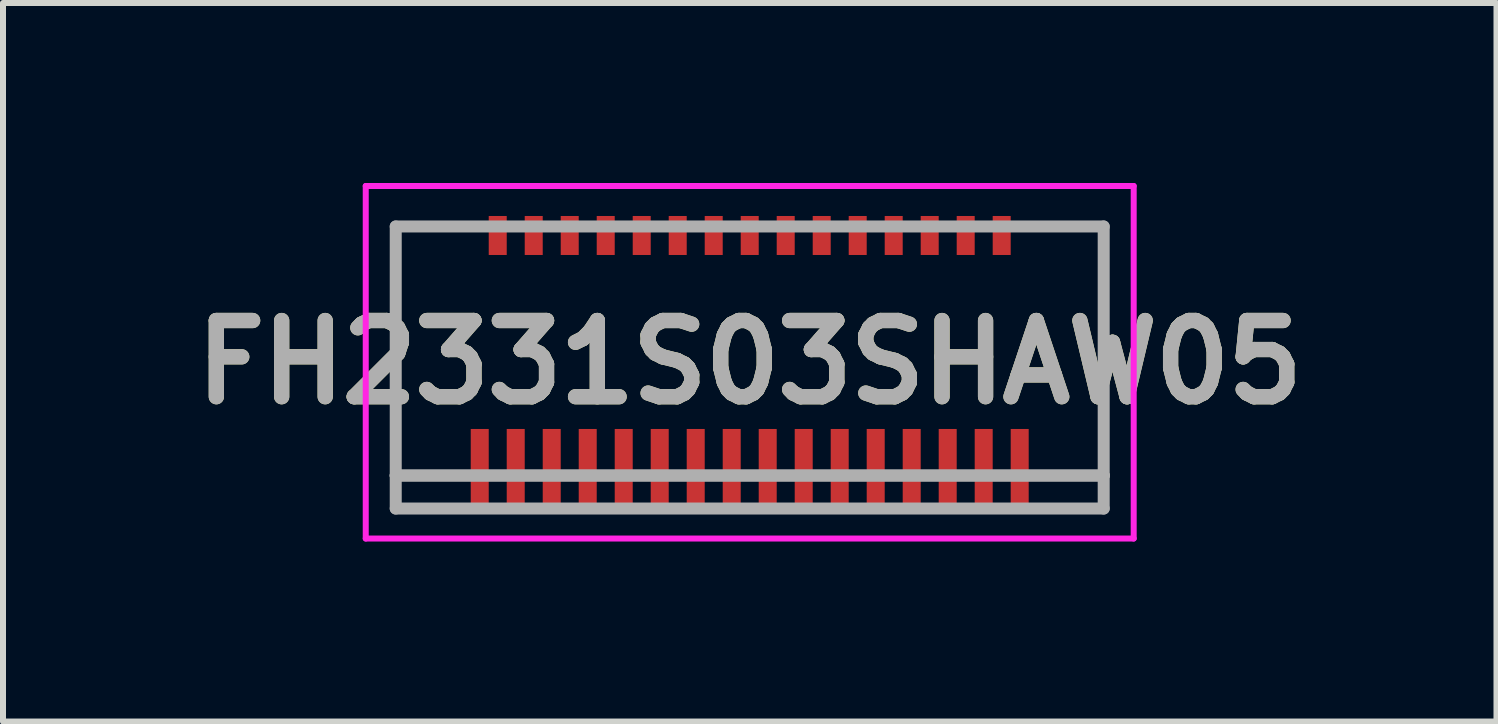
<source format=kicad_pcb>
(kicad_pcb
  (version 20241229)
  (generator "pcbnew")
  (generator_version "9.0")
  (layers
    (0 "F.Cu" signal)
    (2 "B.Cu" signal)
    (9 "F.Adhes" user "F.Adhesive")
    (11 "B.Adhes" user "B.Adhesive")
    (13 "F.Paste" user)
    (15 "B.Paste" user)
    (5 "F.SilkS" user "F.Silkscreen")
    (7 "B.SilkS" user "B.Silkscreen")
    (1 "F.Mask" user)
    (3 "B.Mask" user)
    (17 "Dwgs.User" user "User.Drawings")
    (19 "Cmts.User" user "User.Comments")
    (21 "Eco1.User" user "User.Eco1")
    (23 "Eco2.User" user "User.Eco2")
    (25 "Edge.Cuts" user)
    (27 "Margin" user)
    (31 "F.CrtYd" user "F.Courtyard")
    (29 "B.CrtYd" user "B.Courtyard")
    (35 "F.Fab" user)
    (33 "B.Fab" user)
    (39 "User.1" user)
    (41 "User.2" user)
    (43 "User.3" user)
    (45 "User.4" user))
  (footprint "FH2331S03SHAW05"
    (layer "F.Cu")
    (at 9.446 2.988)
    (property "Reference" "FH2331S03SHAW05" (at 0 0 0) (layer "F.SilkS") (effects (font (size 1.27 1.27) (thickness 0.254))))
    (attr smd)
    (fp_line (start -5.9 -2.263) (end -5.9 1.888) (stroke (width 0.1) (type solid)) (layer "F.SilkS"))
    (fp_line (start -5.9 1.888) (end -5 1.888) (stroke (width 0.1) (type solid)) (layer "F.SilkS"))
    (fp_line (start -5 -2.263) (end -5.9 -2.263) (stroke (width 0.1) (type solid)) (layer "F.SilkS"))
    (fp_line (start 5 -2.263) (end 5.9 -2.263) (stroke (width 0.1) (type solid)) (layer "F.SilkS"))
    (fp_line (start 5.9 -2.263) (end 5.9 1.888) (stroke (width 0.1) (type solid)) (layer "F.SilkS"))
    (fp_line (start 5.9 1.888) (end 5 1.888) (stroke (width 0.1) (type solid)) (layer "F.SilkS"))
    (fp_line (start -6.4 -2.938) (end 6.4 -2.938) (stroke (width 0.1) (type solid)) (layer "F.CrtYd"))
    (fp_line (start -6.4 2.938) (end -6.4 -2.938) (stroke (width 0.1) (type solid)) (layer "F.CrtYd"))
    (fp_line (start 6.4 -2.938) (end 6.4 2.938) (stroke (width 0.1) (type solid)) (layer "F.CrtYd"))
    (fp_line (start 6.4 2.938) (end -6.4 2.938) (stroke (width 0.1) (type solid)) (layer "F.CrtYd"))
    (fp_line (start -5.9 -2.263) (end 5.9 -2.263) (stroke (width 0.2) (type solid)) (layer "F.Fab"))
    (fp_line (start -5.9 1.888) (end -5.9 -2.263) (stroke (width 0.2) (type solid)) (layer "F.Fab"))
    (fp_line (start -5.9 1.888) (end 5.9 1.888) (stroke (width 0.2) (type solid)) (layer "F.Fab"))
    (fp_line (start -5.9 2.438) (end -5.9 1.888) (stroke (width 0.2) (type solid)) (layer "F.Fab"))
    (fp_line (start 5.9 -2.263) (end 5.9 1.888) (stroke (width 0.2) (type solid)) (layer "F.Fab"))
    (fp_line (start 5.9 1.888) (end -5.9 1.888) (stroke (width 0.2) (type solid)) (layer "F.Fab"))
    (fp_line (start 5.9 1.888) (end 5.9 2.438) (stroke (width 0.2) (type solid)) (layer "F.Fab"))
    (fp_line (start 5.9 2.438) (end -5.9 2.438) (stroke (width 0.2) (type solid)) (layer "F.Fab"))
    (fp_text user "${REFERENCE}" (at 0 0 0) (layer "F.Fab") (effects (font (size 1.27 1.27) (thickness 0.254))))
    (pad "1" smd rect (at -4.5 1.737) (size 0.3 1.25) (layers "F.Cu" "F.Mask" "F.Paste"))
    (pad "2" smd rect (at -4.2 -2.113) (size 0.3 0.65) (layers "F.Cu" "F.Mask" "F.Paste"))
    (pad "3" smd rect (at -3.9 1.737) (size 0.3 1.25) (layers "F.Cu" "F.Mask" "F.Paste"))
    (pad "4" smd rect (at -3.6 -2.113) (size 0.3 0.65) (layers "F.Cu" "F.Mask" "F.Paste"))
    (pad "5" smd rect (at -3.3 1.737) (size 0.3 1.25) (layers "F.Cu" "F.Mask" "F.Paste"))
    (pad "6" smd rect (at -3 -2.113) (size 0.3 0.65) (layers "F.Cu" "F.Mask" "F.Paste"))
    (pad "7" smd rect (at -2.7 1.737) (size 0.3 1.25) (layers "F.Cu" "F.Mask" "F.Paste"))
    (pad "8" smd rect (at -2.4 -2.113) (size 0.3 0.65) (layers "F.Cu" "F.Mask" "F.Paste"))
    (pad "9" smd rect (at -2.1 1.737) (size 0.3 1.25) (layers "F.Cu" "F.Mask" "F.Paste"))
    (pad "10" smd rect (at -1.8 -2.113) (size 0.3 0.65) (layers "F.Cu" "F.Mask" "F.Paste"))
    (pad "11" smd rect (at -1.5 1.737) (size 0.3 1.25) (layers "F.Cu" "F.Mask" "F.Paste"))
    (pad "12" smd rect (at -1.2 -2.113) (size 0.3 0.65) (layers "F.Cu" "F.Mask" "F.Paste"))
    (pad "13" smd rect (at -0.9 1.737) (size 0.3 1.25) (layers "F.Cu" "F.Mask" "F.Paste"))
    (pad "14" smd rect (at -0.6 -2.113) (size 0.3 0.65) (layers "F.Cu" "F.Mask" "F.Paste"))
    (pad "15" smd rect (at -0.3 1.737) (size 0.3 1.25) (layers "F.Cu" "F.Mask" "F.Paste"))
    (pad "16" smd rect (at 0 -2.113) (size 0.3 0.65) (layers "F.Cu" "F.Mask" "F.Paste"))
    (pad "17" smd rect (at 0.3 1.737) (size 0.3 1.25) (layers "F.Cu" "F.Mask" "F.Paste"))
    (pad "18" smd rect (at 0.6 -2.113) (size 0.3 0.65) (layers "F.Cu" "F.Mask" "F.Paste"))
    (pad "19" smd rect (at 0.9 1.737) (size 0.3 1.25) (layers "F.Cu" "F.Mask" "F.Paste"))
    (pad "20" smd rect (at 1.2 -2.113) (size 0.3 0.65) (layers "F.Cu" "F.Mask" "F.Paste"))
    (pad "21" smd rect (at 1.5 1.737) (size 0.3 1.25) (layers "F.Cu" "F.Mask" "F.Paste"))
    (pad "22" smd rect (at 1.8 -2.113) (size 0.3 0.65) (layers "F.Cu" "F.Mask" "F.Paste"))
    (pad "23" smd rect (at 2.1 1.737) (size 0.3 1.25) (layers "F.Cu" "F.Mask" "F.Paste"))
    (pad "24" smd rect (at 2.4 -2.113) (size 0.3 0.65) (layers "F.Cu" "F.Mask" "F.Paste"))
    (pad "25" smd rect (at 2.7 1.737) (size 0.3 1.25) (layers "F.Cu" "F.Mask" "F.Paste"))
    (pad "26" smd rect (at 3 -2.113) (size 0.3 0.65) (layers "F.Cu" "F.Mask" "F.Paste"))
    (pad "27" smd rect (at 3.3 1.737) (size 0.3 1.25) (layers "F.Cu" "F.Mask" "F.Paste"))
    (pad "28" smd rect (at 3.6 -2.113) (size 0.3 0.65) (layers "F.Cu" "F.Mask" "F.Paste"))
    (pad "29" smd rect (at 3.9 1.737) (size 0.3 1.25) (layers "F.Cu" "F.Mask" "F.Paste"))
    (pad "30" smd rect (at 4.2 -2.113) (size 0.3 0.65) (layers "F.Cu" "F.Mask" "F.Paste"))
    (pad "31" smd rect (at 4.5 1.737) (size 0.3 1.25) (layers "F.Cu" "F.Mask" "F.Paste")))
  (gr_rect
    (start -3 -3)
    (end 21.893 8.976)
    (stroke (width 0.1) (type default))
    (fill no)
    (layer "Edge.Cuts")))
</source>
